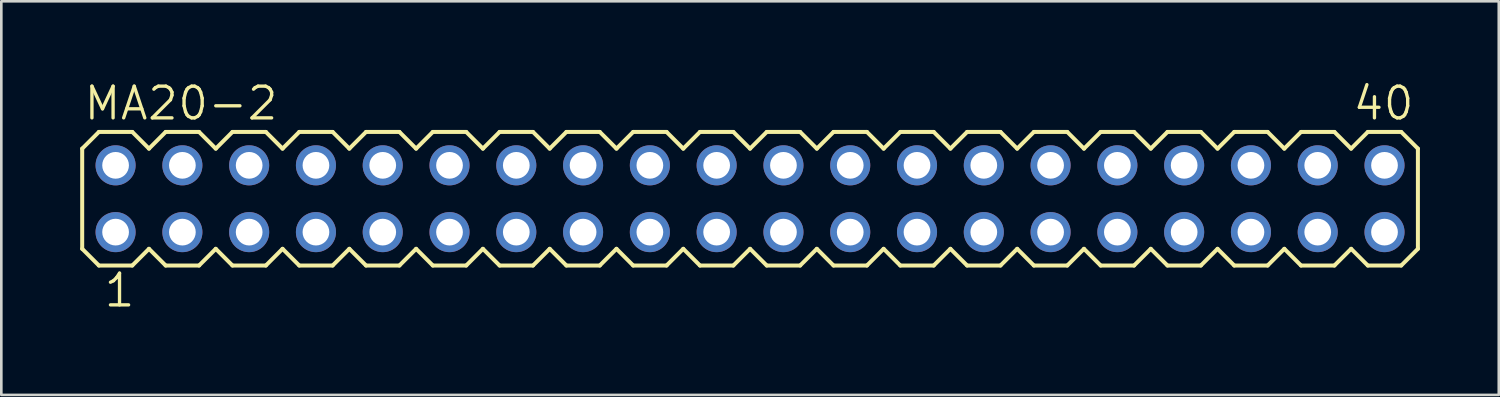
<source format=kicad_pcb>
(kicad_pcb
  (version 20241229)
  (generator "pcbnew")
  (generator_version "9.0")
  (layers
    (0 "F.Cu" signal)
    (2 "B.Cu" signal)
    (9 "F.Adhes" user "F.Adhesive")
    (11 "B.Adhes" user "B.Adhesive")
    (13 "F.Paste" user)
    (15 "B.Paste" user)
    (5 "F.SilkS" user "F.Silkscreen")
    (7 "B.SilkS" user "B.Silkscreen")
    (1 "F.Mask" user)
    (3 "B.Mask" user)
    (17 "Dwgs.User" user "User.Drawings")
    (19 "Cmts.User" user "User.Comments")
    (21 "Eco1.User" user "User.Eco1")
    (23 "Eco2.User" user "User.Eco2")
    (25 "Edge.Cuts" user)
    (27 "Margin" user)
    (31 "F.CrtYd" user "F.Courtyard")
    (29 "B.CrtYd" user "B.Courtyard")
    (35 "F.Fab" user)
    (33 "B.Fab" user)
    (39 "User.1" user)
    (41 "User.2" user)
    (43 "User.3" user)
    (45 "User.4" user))
  (footprint "MA20-2"
    (layer "F.Cu")
    (at 25.476 4.508)
    (property "Reference" "MA20-2" (at -25.4 -2.921 0) (layer "F.SilkS") (effects (font (size 1.206 1.206) (thickness 0.127)) (justify left bottom)))
    (attr through_hole)
    (fp_line (start -25.4 -1.905) (end -25.4 1.905) (stroke (width 0.152) (type solid)) (layer "F.SilkS"))
    (fp_line (start -25.4 1.905) (end -24.765 2.54) (stroke (width 0.152) (type solid)) (layer "F.SilkS"))
    (fp_line (start -24.765 -2.54) (end -25.4 -1.905) (stroke (width 0.152) (type solid)) (layer "F.SilkS"))
    (fp_line (start -24.765 -2.54) (end -23.495 -2.54) (stroke (width 0.152) (type solid)) (layer "F.SilkS"))
    (fp_line (start -23.495 -2.54) (end -22.86 -1.905) (stroke (width 0.152) (type solid)) (layer "F.SilkS"))
    (fp_line (start -23.495 2.54) (end -24.765 2.54) (stroke (width 0.152) (type solid)) (layer "F.SilkS"))
    (fp_line (start -22.86 -1.905) (end -22.225 -2.54) (stroke (width 0.152) (type solid)) (layer "F.SilkS"))
    (fp_line (start -22.86 1.905) (end -23.495 2.54) (stroke (width 0.152) (type solid)) (layer "F.SilkS"))
    (fp_line (start -22.225 -2.54) (end -20.955 -2.54) (stroke (width 0.152) (type solid)) (layer "F.SilkS"))
    (fp_line (start -22.225 2.54) (end -22.86 1.905) (stroke (width 0.152) (type solid)) (layer "F.SilkS"))
    (fp_line (start -20.955 -2.54) (end -20.32 -1.905) (stroke (width 0.152) (type solid)) (layer "F.SilkS"))
    (fp_line (start -20.955 2.54) (end -22.225 2.54) (stroke (width 0.152) (type solid)) (layer "F.SilkS"))
    (fp_line (start -20.32 -1.905) (end -19.685 -2.54) (stroke (width 0.152) (type solid)) (layer "F.SilkS"))
    (fp_line (start -20.32 1.905) (end -20.955 2.54) (stroke (width 0.152) (type solid)) (layer "F.SilkS"))
    (fp_line (start -19.685 -2.54) (end -18.415 -2.54) (stroke (width 0.152) (type solid)) (layer "F.SilkS"))
    (fp_line (start -19.685 2.54) (end -20.32 1.905) (stroke (width 0.152) (type solid)) (layer "F.SilkS"))
    (fp_line (start -18.415 -2.54) (end -17.78 -1.905) (stroke (width 0.152) (type solid)) (layer "F.SilkS"))
    (fp_line (start -18.415 2.54) (end -19.685 2.54) (stroke (width 0.152) (type solid)) (layer "F.SilkS"))
    (fp_line (start -17.78 1.905) (end -18.415 2.54) (stroke (width 0.152) (type solid)) (layer "F.SilkS"))
    (fp_line (start -17.78 1.905) (end -17.145 2.54) (stroke (width 0.152) (type solid)) (layer "F.SilkS"))
    (fp_line (start -17.145 -2.54) (end -17.78 -1.905) (stroke (width 0.152) (type solid)) (layer "F.SilkS"))
    (fp_line (start -17.145 -2.54) (end -15.875 -2.54) (stroke (width 0.152) (type solid)) (layer "F.SilkS"))
    (fp_line (start -15.875 -2.54) (end -15.24 -1.905) (stroke (width 0.152) (type solid)) (layer "F.SilkS"))
    (fp_line (start -15.875 2.54) (end -17.145 2.54) (stroke (width 0.152) (type solid)) (layer "F.SilkS"))
    (fp_line (start -15.24 -1.905) (end -14.605 -2.54) (stroke (width 0.152) (type solid)) (layer "F.SilkS"))
    (fp_line (start -15.24 1.905) (end -15.875 2.54) (stroke (width 0.152) (type solid)) (layer "F.SilkS"))
    (fp_line (start -14.605 -2.54) (end -13.335 -2.54) (stroke (width 0.152) (type solid)) (layer "F.SilkS"))
    (fp_line (start -14.605 2.54) (end -15.24 1.905) (stroke (width 0.152) (type solid)) (layer "F.SilkS"))
    (fp_line (start -13.335 -2.54) (end -12.7 -1.905) (stroke (width 0.152) (type solid)) (layer "F.SilkS"))
    (fp_line (start -13.335 2.54) (end -14.605 2.54) (stroke (width 0.152) (type solid)) (layer "F.SilkS"))
    (fp_line (start -12.7 -1.905) (end -12.065 -2.54) (stroke (width 0.152) (type solid)) (layer "F.SilkS"))
    (fp_line (start -12.7 1.905) (end -13.335 2.54) (stroke (width 0.152) (type solid)) (layer "F.SilkS"))
    (fp_line (start -12.065 -2.54) (end -10.795 -2.54) (stroke (width 0.152) (type solid)) (layer "F.SilkS"))
    (fp_line (start -12.065 2.54) (end -12.7 1.905) (stroke (width 0.152) (type solid)) (layer "F.SilkS"))
    (fp_line (start -10.795 -2.54) (end -10.16 -1.905) (stroke (width 0.152) (type solid)) (layer "F.SilkS"))
    (fp_line (start -10.795 2.54) (end -12.065 2.54) (stroke (width 0.152) (type solid)) (layer "F.SilkS"))
    (fp_line (start -10.16 -1.905) (end -9.525 -2.54) (stroke (width 0.152) (type solid)) (layer "F.SilkS"))
    (fp_line (start -10.16 1.905) (end -10.795 2.54) (stroke (width 0.152) (type solid)) (layer "F.SilkS"))
    (fp_line (start -9.525 -2.54) (end -8.255 -2.54) (stroke (width 0.152) (type solid)) (layer "F.SilkS"))
    (fp_line (start -9.525 2.54) (end -10.16 1.905) (stroke (width 0.152) (type solid)) (layer "F.SilkS"))
    (fp_line (start -8.255 -2.54) (end -7.62 -1.905) (stroke (width 0.152) (type solid)) (layer "F.SilkS"))
    (fp_line (start -8.255 2.54) (end -9.525 2.54) (stroke (width 0.152) (type solid)) (layer "F.SilkS"))
    (fp_line (start -7.62 1.905) (end -8.255 2.54) (stroke (width 0.152) (type solid)) (layer "F.SilkS"))
    (fp_line (start -7.62 1.905) (end -6.985 2.54) (stroke (width 0.152) (type solid)) (layer "F.SilkS"))
    (fp_line (start -6.985 -2.54) (end -7.62 -1.905) (stroke (width 0.152) (type solid)) (layer "F.SilkS"))
    (fp_line (start -6.985 -2.54) (end -5.715 -2.54) (stroke (width 0.152) (type solid)) (layer "F.SilkS"))
    (fp_line (start -5.715 -2.54) (end -5.08 -1.905) (stroke (width 0.152) (type solid)) (layer "F.SilkS"))
    (fp_line (start -5.715 2.54) (end -6.985 2.54) (stroke (width 0.152) (type solid)) (layer "F.SilkS"))
    (fp_line (start -5.08 -1.905) (end -4.445 -2.54) (stroke (width 0.152) (type solid)) (layer "F.SilkS"))
    (fp_line (start -5.08 1.905) (end -5.715 2.54) (stroke (width 0.152) (type solid)) (layer "F.SilkS"))
    (fp_line (start -4.445 -2.54) (end -3.175 -2.54) (stroke (width 0.152) (type solid)) (layer "F.SilkS"))
    (fp_line (start -4.445 2.54) (end -5.08 1.905) (stroke (width 0.152) (type solid)) (layer "F.SilkS"))
    (fp_line (start -3.175 -2.54) (end -2.54 -1.905) (stroke (width 0.152) (type solid)) (layer "F.SilkS"))
    (fp_line (start -3.175 2.54) (end -4.445 2.54) (stroke (width 0.152) (type solid)) (layer "F.SilkS"))
    (fp_line (start -2.54 -1.905) (end -1.905 -2.54) (stroke (width 0.152) (type solid)) (layer "F.SilkS"))
    (fp_line (start -2.54 1.905) (end -3.175 2.54) (stroke (width 0.152) (type solid)) (layer "F.SilkS"))
    (fp_line (start -1.905 -2.54) (end -0.635 -2.54) (stroke (width 0.152) (type solid)) (layer "F.SilkS"))
    (fp_line (start -1.905 2.54) (end -2.54 1.905) (stroke (width 0.152) (type solid)) (layer "F.SilkS"))
    (fp_line (start -0.635 -2.54) (end 0 -1.905) (stroke (width 0.152) (type solid)) (layer "F.SilkS"))
    (fp_line (start -0.635 2.54) (end -1.905 2.54) (stroke (width 0.152) (type solid)) (layer "F.SilkS"))
    (fp_line (start 0 1.905) (end -0.635 2.54) (stroke (width 0.152) (type solid)) (layer "F.SilkS"))
    (fp_line (start 0 1.905) (end 0.635 2.54) (stroke (width 0.152) (type solid)) (layer "F.SilkS"))
    (fp_line (start 0.635 -2.54) (end 0 -1.905) (stroke (width 0.152) (type solid)) (layer "F.SilkS"))
    (fp_line (start 0.635 -2.54) (end 1.905 -2.54) (stroke (width 0.152) (type solid)) (layer "F.SilkS"))
    (fp_line (start 1.905 -2.54) (end 2.54 -1.905) (stroke (width 0.152) (type solid)) (layer "F.SilkS"))
    (fp_line (start 1.905 2.54) (end 0.635 2.54) (stroke (width 0.152) (type solid)) (layer "F.SilkS"))
    (fp_line (start 2.54 -1.905) (end 3.175 -2.54) (stroke (width 0.152) (type solid)) (layer "F.SilkS"))
    (fp_line (start 2.54 1.905) (end 1.905 2.54) (stroke (width 0.152) (type solid)) (layer "F.SilkS"))
    (fp_line (start 3.175 -2.54) (end 4.445 -2.54) (stroke (width 0.152) (type solid)) (layer "F.SilkS"))
    (fp_line (start 3.175 2.54) (end 2.54 1.905) (stroke (width 0.152) (type solid)) (layer "F.SilkS"))
    (fp_line (start 4.445 -2.54) (end 5.08 -1.905) (stroke (width 0.152) (type solid)) (layer "F.SilkS"))
    (fp_line (start 4.445 2.54) (end 3.175 2.54) (stroke (width 0.152) (type solid)) (layer "F.SilkS"))
    (fp_line (start 5.08 -1.905) (end 5.715 -2.54) (stroke (width 0.152) (type solid)) (layer "F.SilkS"))
    (fp_line (start 5.08 1.905) (end 4.445 2.54) (stroke (width 0.152) (type solid)) (layer "F.SilkS"))
    (fp_line (start 5.715 -2.54) (end 6.985 -2.54) (stroke (width 0.152) (type solid)) (layer "F.SilkS"))
    (fp_line (start 5.715 2.54) (end 5.08 1.905) (stroke (width 0.152) (type solid)) (layer "F.SilkS"))
    (fp_line (start 6.985 -2.54) (end 7.62 -1.905) (stroke (width 0.152) (type solid)) (layer "F.SilkS"))
    (fp_line (start 6.985 2.54) (end 5.715 2.54) (stroke (width 0.152) (type solid)) (layer "F.SilkS"))
    (fp_line (start 7.62 -1.905) (end 8.255 -2.54) (stroke (width 0.152) (type solid)) (layer "F.SilkS"))
    (fp_line (start 7.62 1.905) (end 6.985 2.54) (stroke (width 0.152) (type solid)) (layer "F.SilkS"))
    (fp_line (start 8.255 -2.54) (end 9.525 -2.54) (stroke (width 0.152) (type solid)) (layer "F.SilkS"))
    (fp_line (start 8.255 2.54) (end 7.62 1.905) (stroke (width 0.152) (type solid)) (layer "F.SilkS"))
    (fp_line (start 9.525 -2.54) (end 10.16 -1.905) (stroke (width 0.152) (type solid)) (layer "F.SilkS"))
    (fp_line (start 9.525 2.54) (end 8.255 2.54) (stroke (width 0.152) (type solid)) (layer "F.SilkS"))
    (fp_line (start 10.16 1.905) (end 9.525 2.54) (stroke (width 0.152) (type solid)) (layer "F.SilkS"))
    (fp_line (start 10.16 1.905) (end 10.795 2.54) (stroke (width 0.152) (type solid)) (layer "F.SilkS"))
    (fp_line (start 10.795 -2.54) (end 10.16 -1.905) (stroke (width 0.152) (type solid)) (layer "F.SilkS"))
    (fp_line (start 10.795 -2.54) (end 12.065 -2.54) (stroke (width 0.152) (type solid)) (layer "F.SilkS"))
    (fp_line (start 12.065 -2.54) (end 12.7 -1.905) (stroke (width 0.152) (type solid)) (layer "F.SilkS"))
    (fp_line (start 12.065 2.54) (end 10.795 2.54) (stroke (width 0.152) (type solid)) (layer "F.SilkS"))
    (fp_line (start 12.7 -1.905) (end 13.335 -2.54) (stroke (width 0.152) (type solid)) (layer "F.SilkS"))
    (fp_line (start 12.7 1.905) (end 12.065 2.54) (stroke (width 0.152) (type solid)) (layer "F.SilkS"))
    (fp_line (start 13.335 -2.54) (end 14.605 -2.54) (stroke (width 0.152) (type solid)) (layer "F.SilkS"))
    (fp_line (start 13.335 2.54) (end 12.7 1.905) (stroke (width 0.152) (type solid)) (layer "F.SilkS"))
    (fp_line (start 14.605 -2.54) (end 15.24 -1.905) (stroke (width 0.152) (type solid)) (layer "F.SilkS"))
    (fp_line (start 14.605 2.54) (end 13.335 2.54) (stroke (width 0.152) (type solid)) (layer "F.SilkS"))
    (fp_line (start 15.24 -1.905) (end 15.875 -2.54) (stroke (width 0.152) (type solid)) (layer "F.SilkS"))
    (fp_line (start 15.24 1.905) (end 14.605 2.54) (stroke (width 0.152) (type solid)) (layer "F.SilkS"))
    (fp_line (start 15.875 -2.54) (end 17.145 -2.54) (stroke (width 0.152) (type solid)) (layer "F.SilkS"))
    (fp_line (start 15.875 2.54) (end 15.24 1.905) (stroke (width 0.152) (type solid)) (layer "F.SilkS"))
    (fp_line (start 17.145 -2.54) (end 17.78 -1.905) (stroke (width 0.152) (type solid)) (layer "F.SilkS"))
    (fp_line (start 17.145 2.54) (end 15.875 2.54) (stroke (width 0.152) (type solid)) (layer "F.SilkS"))
    (fp_line (start 17.78 1.905) (end 17.145 2.54) (stroke (width 0.152) (type solid)) (layer "F.SilkS"))
    (fp_line (start 17.78 1.905) (end 18.415 2.54) (stroke (width 0.152) (type solid)) (layer "F.SilkS"))
    (fp_line (start 18.415 -2.54) (end 17.78 -1.905) (stroke (width 0.152) (type solid)) (layer "F.SilkS"))
    (fp_line (start 18.415 -2.54) (end 19.685 -2.54) (stroke (width 0.152) (type solid)) (layer "F.SilkS"))
    (fp_line (start 19.685 -2.54) (end 20.32 -1.905) (stroke (width 0.152) (type solid)) (layer "F.SilkS"))
    (fp_line (start 19.685 2.54) (end 18.415 2.54) (stroke (width 0.152) (type solid)) (layer "F.SilkS"))
    (fp_line (start 20.32 -1.905) (end 20.955 -2.54) (stroke (width 0.152) (type solid)) (layer "F.SilkS"))
    (fp_line (start 20.32 1.905) (end 19.685 2.54) (stroke (width 0.152) (type solid)) (layer "F.SilkS"))
    (fp_line (start 20.955 -2.54) (end 22.225 -2.54) (stroke (width 0.152) (type solid)) (layer "F.SilkS"))
    (fp_line (start 20.955 2.54) (end 20.32 1.905) (stroke (width 0.152) (type solid)) (layer "F.SilkS"))
    (fp_line (start 22.225 -2.54) (end 22.86 -1.905) (stroke (width 0.152) (type solid)) (layer "F.SilkS"))
    (fp_line (start 22.225 2.54) (end 20.955 2.54) (stroke (width 0.152) (type solid)) (layer "F.SilkS"))
    (fp_line (start 22.86 -1.905) (end 23.495 -2.54) (stroke (width 0.152) (type solid)) (layer "F.SilkS"))
    (fp_line (start 22.86 1.905) (end 22.225 2.54) (stroke (width 0.152) (type solid)) (layer "F.SilkS"))
    (fp_line (start 23.495 -2.54) (end 24.765 -2.54) (stroke (width 0.152) (type solid)) (layer "F.SilkS"))
    (fp_line (start 23.495 2.54) (end 22.86 1.905) (stroke (width 0.152) (type solid)) (layer "F.SilkS"))
    (fp_line (start 24.765 -2.54) (end 25.4 -1.905) (stroke (width 0.152) (type solid)) (layer "F.SilkS"))
    (fp_line (start 24.765 2.54) (end 23.495 2.54) (stroke (width 0.152) (type solid)) (layer "F.SilkS"))
    (fp_line (start 25.4 -1.905) (end 25.4 1.905) (stroke (width 0.152) (type solid)) (layer "F.SilkS"))
    (fp_line (start 25.4 1.905) (end 24.765 2.54) (stroke (width 0.152) (type solid)) (layer "F.SilkS"))
    (fp_poly (pts (xy -24.384 -1.016) (xy -23.876 -1.016) (xy -23.876 -1.524) (xy -24.384 -1.524)) (stroke (width 0.1) (type solid)) (fill no) (layer "F.Fab"))
    (fp_poly (pts (xy -24.384 1.524) (xy -23.876 1.524) (xy -23.876 1.016) (xy -24.384 1.016)) (stroke (width 0.1) (type solid)) (fill no) (layer "F.Fab"))
    (fp_poly (pts (xy -21.844 -1.016) (xy -21.336 -1.016) (xy -21.336 -1.524) (xy -21.844 -1.524)) (stroke (width 0.1) (type solid)) (fill no) (layer "F.Fab"))
    (fp_poly (pts (xy -21.844 1.524) (xy -21.336 1.524) (xy -21.336 1.016) (xy -21.844 1.016)) (stroke (width 0.1) (type solid)) (fill no) (layer "F.Fab"))
    (fp_poly (pts (xy -19.304 -1.016) (xy -18.796 -1.016) (xy -18.796 -1.524) (xy -19.304 -1.524)) (stroke (width 0.1) (type solid)) (fill no) (layer "F.Fab"))
    (fp_poly (pts (xy -19.304 1.524) (xy -18.796 1.524) (xy -18.796 1.016) (xy -19.304 1.016)) (stroke (width 0.1) (type solid)) (fill no) (layer "F.Fab"))
    (fp_poly (pts (xy -16.764 -1.016) (xy -16.256 -1.016) (xy -16.256 -1.524) (xy -16.764 -1.524)) (stroke (width 0.1) (type solid)) (fill no) (layer "F.Fab"))
    (fp_poly (pts (xy -16.764 1.524) (xy -16.256 1.524) (xy -16.256 1.016) (xy -16.764 1.016)) (stroke (width 0.1) (type solid)) (fill no) (layer "F.Fab"))
    (fp_poly (pts (xy -14.224 -1.016) (xy -13.716 -1.016) (xy -13.716 -1.524) (xy -14.224 -1.524)) (stroke (width 0.1) (type solid)) (fill no) (layer "F.Fab"))
    (fp_poly (pts (xy -14.224 1.524) (xy -13.716 1.524) (xy -13.716 1.016) (xy -14.224 1.016)) (stroke (width 0.1) (type solid)) (fill no) (layer "F.Fab"))
    (fp_poly (pts (xy -11.684 -1.016) (xy -11.176 -1.016) (xy -11.176 -1.524) (xy -11.684 -1.524)) (stroke (width 0.1) (type solid)) (fill no) (layer "F.Fab"))
    (fp_poly (pts (xy -11.684 1.524) (xy -11.176 1.524) (xy -11.176 1.016) (xy -11.684 1.016)) (stroke (width 0.1) (type solid)) (fill no) (layer "F.Fab"))
    (fp_poly (pts (xy -9.144 -1.016) (xy -8.636 -1.016) (xy -8.636 -1.524) (xy -9.144 -1.524)) (stroke (width 0.1) (type solid)) (fill no) (layer "F.Fab"))
    (fp_poly (pts (xy -9.144 1.524) (xy -8.636 1.524) (xy -8.636 1.016) (xy -9.144 1.016)) (stroke (width 0.1) (type solid)) (fill no) (layer "F.Fab"))
    (fp_poly (pts (xy -6.604 -1.016) (xy -6.096 -1.016) (xy -6.096 -1.524) (xy -6.604 -1.524)) (stroke (width 0.1) (type solid)) (fill no) (layer "F.Fab"))
    (fp_poly (pts (xy -6.604 1.524) (xy -6.096 1.524) (xy -6.096 1.016) (xy -6.604 1.016)) (stroke (width 0.1) (type solid)) (fill no) (layer "F.Fab"))
    (fp_poly (pts (xy -4.064 -1.016) (xy -3.556 -1.016) (xy -3.556 -1.524) (xy -4.064 -1.524)) (stroke (width 0.1) (type solid)) (fill no) (layer "F.Fab"))
    (fp_poly (pts (xy -4.064 1.524) (xy -3.556 1.524) (xy -3.556 1.016) (xy -4.064 1.016)) (stroke (width 0.1) (type solid)) (fill no) (layer "F.Fab"))
    (fp_poly (pts (xy -1.524 -1.016) (xy -1.016 -1.016) (xy -1.016 -1.524) (xy -1.524 -1.524)) (stroke (width 0.1) (type solid)) (fill no) (layer "F.Fab"))
    (fp_poly (pts (xy -1.524 1.524) (xy -1.016 1.524) (xy -1.016 1.016) (xy -1.524 1.016)) (stroke (width 0.1) (type solid)) (fill no) (layer "F.Fab"))
    (fp_poly (pts (xy 1.016 -1.016) (xy 1.524 -1.016) (xy 1.524 -1.524) (xy 1.016 -1.524)) (stroke (width 0.1) (type solid)) (fill no) (layer "F.Fab"))
    (fp_poly (pts (xy 1.016 1.524) (xy 1.524 1.524) (xy 1.524 1.016) (xy 1.016 1.016)) (stroke (width 0.1) (type solid)) (fill no) (layer "F.Fab"))
    (fp_poly (pts (xy 3.556 -1.016) (xy 4.064 -1.016) (xy 4.064 -1.524) (xy 3.556 -1.524)) (stroke (width 0.1) (type solid)) (fill no) (layer "F.Fab"))
    (fp_poly (pts (xy 3.556 1.524) (xy 4.064 1.524) (xy 4.064 1.016) (xy 3.556 1.016)) (stroke (width 0.1) (type solid)) (fill no) (layer "F.Fab"))
    (fp_poly (pts (xy 6.096 -1.016) (xy 6.604 -1.016) (xy 6.604 -1.524) (xy 6.096 -1.524)) (stroke (width 0.1) (type solid)) (fill no) (layer "F.Fab"))
    (fp_poly (pts (xy 6.096 1.524) (xy 6.604 1.524) (xy 6.604 1.016) (xy 6.096 1.016)) (stroke (width 0.1) (type solid)) (fill no) (layer "F.Fab"))
    (fp_poly (pts (xy 8.636 -1.016) (xy 9.144 -1.016) (xy 9.144 -1.524) (xy 8.636 -1.524)) (stroke (width 0.1) (type solid)) (fill no) (layer "F.Fab"))
    (fp_poly (pts (xy 8.636 1.524) (xy 9.144 1.524) (xy 9.144 1.016) (xy 8.636 1.016)) (stroke (width 0.1) (type solid)) (fill no) (layer "F.Fab"))
    (fp_poly (pts (xy 11.176 -1.016) (xy 11.684 -1.016) (xy 11.684 -1.524) (xy 11.176 -1.524)) (stroke (width 0.1) (type solid)) (fill no) (layer "F.Fab"))
    (fp_poly (pts (xy 11.176 1.524) (xy 11.684 1.524) (xy 11.684 1.016) (xy 11.176 1.016)) (stroke (width 0.1) (type solid)) (fill no) (layer "F.Fab"))
    (fp_poly (pts (xy 13.716 -1.016) (xy 14.224 -1.016) (xy 14.224 -1.524) (xy 13.716 -1.524)) (stroke (width 0.1) (type solid)) (fill no) (layer "F.Fab"))
    (fp_poly (pts (xy 13.716 1.524) (xy 14.224 1.524) (xy 14.224 1.016) (xy 13.716 1.016)) (stroke (width 0.1) (type solid)) (fill no) (layer "F.Fab"))
    (fp_poly (pts (xy 16.256 -1.016) (xy 16.764 -1.016) (xy 16.764 -1.524) (xy 16.256 -1.524)) (stroke (width 0.1) (type solid)) (fill no) (layer "F.Fab"))
    (fp_poly (pts (xy 16.256 1.524) (xy 16.764 1.524) (xy 16.764 1.016) (xy 16.256 1.016)) (stroke (width 0.1) (type solid)) (fill no) (layer "F.Fab"))
    (fp_poly (pts (xy 18.796 -1.016) (xy 19.304 -1.016) (xy 19.304 -1.524) (xy 18.796 -1.524)) (stroke (width 0.1) (type solid)) (fill no) (layer "F.Fab"))
    (fp_poly (pts (xy 18.796 1.524) (xy 19.304 1.524) (xy 19.304 1.016) (xy 18.796 1.016)) (stroke (width 0.1) (type solid)) (fill no) (layer "F.Fab"))
    (fp_poly (pts (xy 21.336 -1.016) (xy 21.844 -1.016) (xy 21.844 -1.524) (xy 21.336 -1.524)) (stroke (width 0.1) (type solid)) (fill no) (layer "F.Fab"))
    (fp_poly (pts (xy 21.336 1.524) (xy 21.844 1.524) (xy 21.844 1.016) (xy 21.336 1.016)) (stroke (width 0.1) (type solid)) (fill no) (layer "F.Fab"))
    (fp_poly (pts (xy 23.876 -1.016) (xy 24.384 -1.016) (xy 24.384 -1.524) (xy 23.876 -1.524)) (stroke (width 0.1) (type solid)) (fill no) (layer "F.Fab"))
    (fp_poly (pts (xy 23.876 1.524) (xy 24.384 1.524) (xy 24.384 1.016) (xy 23.876 1.016)) (stroke (width 0.1) (type solid)) (fill no) (layer "F.Fab"))
    (fp_text user "1" (at -24.638 4.191 0) (layer "F.SilkS") (effects (font (size 1.206 1.206) (thickness 0.127)) (justify left bottom)))
    (fp_text user "40" (at 22.86 -2.921 0) (layer "F.SilkS") (effects (font (size 1.206 1.206) (thickness 0.127)) (justify left bottom)))
    (pad "1" thru_hole circle (at -24.13 1.27) (size 1.524 1.524) (drill 1.016) (layers "*.Cu" "*.Mask"))
    (pad "2" thru_hole circle (at -24.13 -1.27) (size 1.524 1.524) (drill 1.016) (layers "*.Cu" "*.Mask"))
    (pad "3" thru_hole circle (at -21.59 1.27) (size 1.524 1.524) (drill 1.016) (layers "*.Cu" "*.Mask"))
    (pad "4" thru_hole circle (at -21.59 -1.27) (size 1.524 1.524) (drill 1.016) (layers "*.Cu" "*.Mask"))
    (pad "5" thru_hole circle (at -19.05 1.27) (size 1.524 1.524) (drill 1.016) (layers "*.Cu" "*.Mask"))
    (pad "6" thru_hole circle (at -19.05 -1.27) (size 1.524 1.524) (drill 1.016) (layers "*.Cu" "*.Mask"))
    (pad "7" thru_hole circle (at -16.51 1.27) (size 1.524 1.524) (drill 1.016) (layers "*.Cu" "*.Mask"))
    (pad "8" thru_hole circle (at -16.51 -1.27) (size 1.524 1.524) (drill 1.016) (layers "*.Cu" "*.Mask"))
    (pad "9" thru_hole circle (at -13.97 1.27) (size 1.524 1.524) (drill 1.016) (layers "*.Cu" "*.Mask"))
    (pad "10" thru_hole circle (at -13.97 -1.27) (size 1.524 1.524) (drill 1.016) (layers "*.Cu" "*.Mask"))
    (pad "11" thru_hole circle (at -11.43 1.27) (size 1.524 1.524) (drill 1.016) (layers "*.Cu" "*.Mask"))
    (pad "12" thru_hole circle (at -11.43 -1.27) (size 1.524 1.524) (drill 1.016) (layers "*.Cu" "*.Mask"))
    (pad "13" thru_hole circle (at -8.89 1.27) (size 1.524 1.524) (drill 1.016) (layers "*.Cu" "*.Mask"))
    (pad "14" thru_hole circle (at -8.89 -1.27) (size 1.524 1.524) (drill 1.016) (layers "*.Cu" "*.Mask"))
    (pad "15" thru_hole circle (at -6.35 1.27) (size 1.524 1.524) (drill 1.016) (layers "*.Cu" "*.Mask"))
    (pad "16" thru_hole circle (at -6.35 -1.27) (size 1.524 1.524) (drill 1.016) (layers "*.Cu" "*.Mask"))
    (pad "17" thru_hole circle (at -3.81 1.27) (size 1.524 1.524) (drill 1.016) (layers "*.Cu" "*.Mask"))
    (pad "18" thru_hole circle (at -3.81 -1.27) (size 1.524 1.524) (drill 1.016) (layers "*.Cu" "*.Mask"))
    (pad "19" thru_hole circle (at -1.27 1.27) (size 1.524 1.524) (drill 1.016) (layers "*.Cu" "*.Mask"))
    (pad "20" thru_hole circle (at -1.27 -1.27) (size 1.524 1.524) (drill 1.016) (layers "*.Cu" "*.Mask"))
    (pad "21" thru_hole circle (at 1.27 1.27) (size 1.524 1.524) (drill 1.016) (layers "*.Cu" "*.Mask"))
    (pad "22" thru_hole circle (at 1.27 -1.27) (size 1.524 1.524) (drill 1.016) (layers "*.Cu" "*.Mask"))
    (pad "23" thru_hole circle (at 3.81 1.27) (size 1.524 1.524) (drill 1.016) (layers "*.Cu" "*.Mask"))
    (pad "24" thru_hole circle (at 3.81 -1.27) (size 1.524 1.524) (drill 1.016) (layers "*.Cu" "*.Mask"))
    (pad "25" thru_hole circle (at 6.35 1.27) (size 1.524 1.524) (drill 1.016) (layers "*.Cu" "*.Mask"))
    (pad "26" thru_hole circle (at 6.35 -1.27) (size 1.524 1.524) (drill 1.016) (layers "*.Cu" "*.Mask"))
    (pad "27" thru_hole circle (at 8.89 1.27) (size 1.524 1.524) (drill 1.016) (layers "*.Cu" "*.Mask"))
    (pad "28" thru_hole circle (at 8.89 -1.27) (size 1.524 1.524) (drill 1.016) (layers "*.Cu" "*.Mask"))
    (pad "29" thru_hole circle (at 11.43 1.27) (size 1.524 1.524) (drill 1.016) (layers "*.Cu" "*.Mask"))
    (pad "30" thru_hole circle (at 11.43 -1.27) (size 1.524 1.524) (drill 1.016) (layers "*.Cu" "*.Mask"))
    (pad "31" thru_hole circle (at 13.97 1.27) (size 1.524 1.524) (drill 1.016) (layers "*.Cu" "*.Mask"))
    (pad "32" thru_hole circle (at 13.97 -1.27) (size 1.524 1.524) (drill 1.016) (layers "*.Cu" "*.Mask"))
    (pad "33" thru_hole circle (at 16.51 1.27) (size 1.524 1.524) (drill 1.016) (layers "*.Cu" "*.Mask"))
    (pad "34" thru_hole circle (at 16.51 -1.27) (size 1.524 1.524) (drill 1.016) (layers "*.Cu" "*.Mask"))
    (pad "35" thru_hole circle (at 19.05 1.27) (size 1.524 1.524) (drill 1.016) (layers "*.Cu" "*.Mask"))
    (pad "36" thru_hole circle (at 19.05 -1.27) (size 1.524 1.524) (drill 1.016) (layers "*.Cu" "*.Mask"))
    (pad "37" thru_hole circle (at 21.59 1.27) (size 1.524 1.524) (drill 1.016) (layers "*.Cu" "*.Mask"))
    (pad "38" thru_hole circle (at 21.59 -1.27) (size 1.524 1.524) (drill 1.016) (layers "*.Cu" "*.Mask"))
    (pad "39" thru_hole circle (at 24.13 1.27) (size 1.524 1.524) (drill 1.016) (layers "*.Cu" "*.Mask"))
    (pad "40" thru_hole circle (at 24.13 -1.27) (size 1.524 1.524) (drill 1.016) (layers "*.Cu" "*.Mask")))
  (gr_rect
    (start -3 -3)
    (end 53.952 11.969)
    (stroke (width 0.1) (type default))
    (fill no)
    (layer "Edge.Cuts")))
</source>
